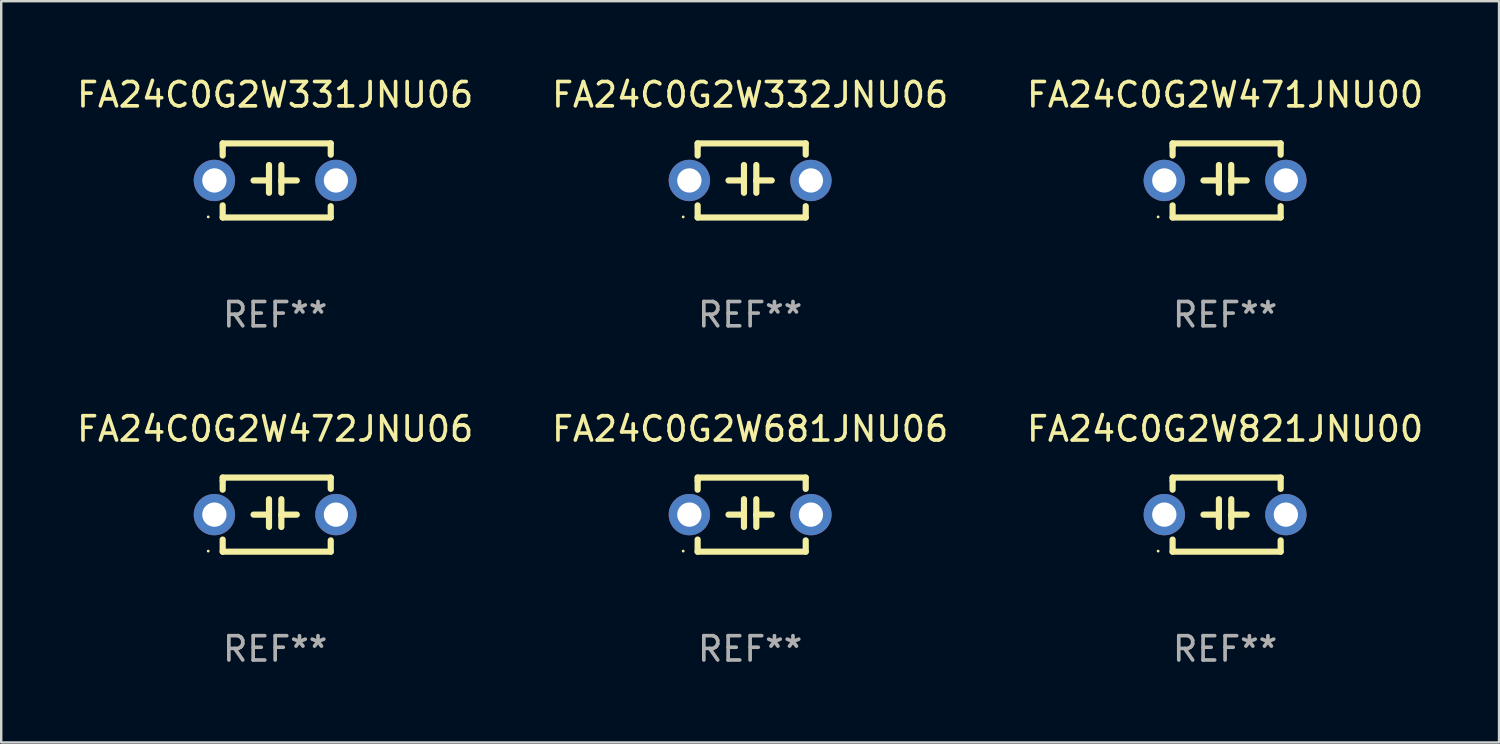
<source format=kicad_pcb>
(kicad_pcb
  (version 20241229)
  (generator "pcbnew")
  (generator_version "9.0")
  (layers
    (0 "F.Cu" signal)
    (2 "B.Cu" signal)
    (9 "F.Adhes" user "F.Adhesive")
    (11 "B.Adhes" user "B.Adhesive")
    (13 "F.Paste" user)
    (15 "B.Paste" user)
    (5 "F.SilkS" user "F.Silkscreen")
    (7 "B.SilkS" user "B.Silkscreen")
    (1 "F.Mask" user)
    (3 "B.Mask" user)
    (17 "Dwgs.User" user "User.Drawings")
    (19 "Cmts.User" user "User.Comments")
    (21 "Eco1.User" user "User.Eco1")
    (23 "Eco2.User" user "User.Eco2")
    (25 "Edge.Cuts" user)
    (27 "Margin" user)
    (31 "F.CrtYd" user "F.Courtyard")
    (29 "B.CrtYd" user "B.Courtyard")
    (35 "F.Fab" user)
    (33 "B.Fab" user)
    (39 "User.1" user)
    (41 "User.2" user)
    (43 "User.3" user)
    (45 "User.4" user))
  (footprint "FA24C0G2W681JNU06"
    (layer "F.Cu")
    (at 27.804 18.117)
    (property "Reference" "FA24C0G2W681JNU06" (at 0 -3.524 0) (layer "F.SilkS") (effects (font (size 1 1) (thickness 0.15))))
    (attr through_hole)
    (fp_line (start -2.159 -1.524) (end 2.286 -1.524) (stroke (width 0.254) (type solid)) (layer "F.SilkS"))
    (fp_line (start -2.159 -1.397) (end -2.159 -1.524) (stroke (width 0.254) (type solid)) (layer "F.SilkS"))
    (fp_line (start -2.159 -1.026) (end -2.159 -1.397) (stroke (width 0.254) (type solid)) (layer "F.SilkS"))
    (fp_line (start -2.159 1.524) (end -2.159 1.026) (stroke (width 0.254) (type solid)) (layer "F.SilkS"))
    (fp_line (start -0.889 0) (end -0.254 0) (stroke (width 0.254) (type solid)) (layer "F.SilkS"))
    (fp_line (start -0.254 0.508) (end -0.254 -0.635) (stroke (width 0.254) (type solid)) (layer "F.SilkS"))
    (fp_line (start 0.254 -0.635) (end 0.254 0.508) (stroke (width 0.254) (type solid)) (layer "F.SilkS"))
    (fp_line (start 0.254 0.04) (end 0.254 0.02) (stroke (width 0.254) (type solid)) (layer "F.SilkS"))
    (fp_line (start 0.889 0) (end 0.254 0) (stroke (width 0.254) (type solid)) (layer "F.SilkS"))
    (fp_line (start 2.286 -1.524) (end 2.286 -1.06) (stroke (width 0.254) (type solid)) (layer "F.SilkS"))
    (fp_line (start 2.286 1.06) (end 2.286 1.524) (stroke (width 0.254) (type solid)) (layer "F.SilkS"))
    (fp_line (start 2.286 1.524) (end -2.159 1.524) (stroke (width 0.254) (type solid)) (layer "F.SilkS"))
    (fp_circle (center -2.754 1.5) (end -2.724 1.5) (stroke (width 0.06) (type solid)) (fill no) (layer "F.SilkS"))
    (fp_text user "REF**" (at 0 5.524 0) (layer "F.Fab") (effects (font (size 1 1) (thickness 0.15))))
    (pad "1" thru_hole circle (at -2.5 0) (size 1.7 1.7) (drill 1) (layers "*.Cu" "*.Mask"))
    (pad "2" thru_hole circle (at 2.5 0) (size 1.7 1.7) (drill 1) (layers "*.Cu" "*.Mask")))
  (footprint "FA24C0G2W332JNU06"
    (layer "F.Cu")
    (at 27.804 4.372)
    (property "Reference" "FA24C0G2W332JNU06" (at 0 -3.524 0) (layer "F.SilkS") (effects (font (size 1 1) (thickness 0.15))))
    (attr through_hole)
    (fp_line (start -2.159 -1.524) (end 2.286 -1.524) (stroke (width 0.254) (type solid)) (layer "F.SilkS"))
    (fp_line (start -2.159 -1.397) (end -2.159 -1.524) (stroke (width 0.254) (type solid)) (layer "F.SilkS"))
    (fp_line (start -2.159 -1.026) (end -2.159 -1.397) (stroke (width 0.254) (type solid)) (layer "F.SilkS"))
    (fp_line (start -2.159 1.524) (end -2.159 1.026) (stroke (width 0.254) (type solid)) (layer "F.SilkS"))
    (fp_line (start -0.889 0) (end -0.254 0) (stroke (width 0.254) (type solid)) (layer "F.SilkS"))
    (fp_line (start -0.254 0.508) (end -0.254 -0.635) (stroke (width 0.254) (type solid)) (layer "F.SilkS"))
    (fp_line (start 0.254 -0.635) (end 0.254 0.508) (stroke (width 0.254) (type solid)) (layer "F.SilkS"))
    (fp_line (start 0.254 0.04) (end 0.254 0.02) (stroke (width 0.254) (type solid)) (layer "F.SilkS"))
    (fp_line (start 0.889 0) (end 0.254 0) (stroke (width 0.254) (type solid)) (layer "F.SilkS"))
    (fp_line (start 2.286 -1.524) (end 2.286 -1.06) (stroke (width 0.254) (type solid)) (layer "F.SilkS"))
    (fp_line (start 2.286 1.06) (end 2.286 1.524) (stroke (width 0.254) (type solid)) (layer "F.SilkS"))
    (fp_line (start 2.286 1.524) (end -2.159 1.524) (stroke (width 0.254) (type solid)) (layer "F.SilkS"))
    (fp_circle (center -2.754 1.5) (end -2.724 1.5) (stroke (width 0.06) (type solid)) (fill no) (layer "F.SilkS"))
    (fp_text user "REF**" (at 0 5.524 0) (layer "F.Fab") (effects (font (size 1 1) (thickness 0.15))))
    (pad "1" thru_hole circle (at -2.5 0) (size 1.7 1.7) (drill 1) (layers "*.Cu" "*.Mask"))
    (pad "2" thru_hole circle (at 2.5 0) (size 1.7 1.7) (drill 1) (layers "*.Cu" "*.Mask")))
  (footprint "FA24C0G2W331JNU06"
    (layer "F.Cu")
    (at 8.268 4.372)
    (property "Reference" "FA24C0G2W331JNU06" (at 0 -3.524 0) (layer "F.SilkS") (effects (font (size 1 1) (thickness 0.15))))
    (attr through_hole)
    (fp_line (start -2.159 -1.524) (end 2.286 -1.524) (stroke (width 0.254) (type solid)) (layer "F.SilkS"))
    (fp_line (start -2.159 -1.397) (end -2.159 -1.524) (stroke (width 0.254) (type solid)) (layer "F.SilkS"))
    (fp_line (start -2.159 -1.026) (end -2.159 -1.397) (stroke (width 0.254) (type solid)) (layer "F.SilkS"))
    (fp_line (start -2.159 1.524) (end -2.159 1.026) (stroke (width 0.254) (type solid)) (layer "F.SilkS"))
    (fp_line (start -0.889 0) (end -0.254 0) (stroke (width 0.254) (type solid)) (layer "F.SilkS"))
    (fp_line (start -0.254 0.508) (end -0.254 -0.635) (stroke (width 0.254) (type solid)) (layer "F.SilkS"))
    (fp_line (start 0.254 -0.635) (end 0.254 0.508) (stroke (width 0.254) (type solid)) (layer "F.SilkS"))
    (fp_line (start 0.254 0.04) (end 0.254 0.02) (stroke (width 0.254) (type solid)) (layer "F.SilkS"))
    (fp_line (start 0.889 0) (end 0.254 0) (stroke (width 0.254) (type solid)) (layer "F.SilkS"))
    (fp_line (start 2.286 -1.524) (end 2.286 -1.06) (stroke (width 0.254) (type solid)) (layer "F.SilkS"))
    (fp_line (start 2.286 1.06) (end 2.286 1.524) (stroke (width 0.254) (type solid)) (layer "F.SilkS"))
    (fp_line (start 2.286 1.524) (end -2.159 1.524) (stroke (width 0.254) (type solid)) (layer "F.SilkS"))
    (fp_circle (center -2.754 1.5) (end -2.724 1.5) (stroke (width 0.06) (type solid)) (fill no) (layer "F.SilkS"))
    (fp_text user "REF**" (at 0 5.524 0) (layer "F.Fab") (effects (font (size 1 1) (thickness 0.15))))
    (pad "1" thru_hole circle (at -2.5 0) (size 1.7 1.7) (drill 1) (layers "*.Cu" "*.Mask"))
    (pad "2" thru_hole circle (at 2.5 0) (size 1.7 1.7) (drill 1) (layers "*.Cu" "*.Mask")))
  (footprint "FA24C0G2W821JNU00"
    (layer "F.Cu")
    (at 47.339 18.117)
    (property "Reference" "FA24C0G2W821JNU00" (at 0 -3.524 0) (layer "F.SilkS") (effects (font (size 1 1) (thickness 0.15))))
    (attr through_hole)
    (fp_line (start -2.159 -1.524) (end 2.286 -1.524) (stroke (width 0.254) (type solid)) (layer "F.SilkS"))
    (fp_line (start -2.159 -1.397) (end -2.159 -1.524) (stroke (width 0.254) (type solid)) (layer "F.SilkS"))
    (fp_line (start -2.159 -1.026) (end -2.159 -1.397) (stroke (width 0.254) (type solid)) (layer "F.SilkS"))
    (fp_line (start -2.159 1.524) (end -2.159 1.026) (stroke (width 0.254) (type solid)) (layer "F.SilkS"))
    (fp_line (start -0.889 0) (end -0.254 0) (stroke (width 0.254) (type solid)) (layer "F.SilkS"))
    (fp_line (start -0.254 0.508) (end -0.254 -0.635) (stroke (width 0.254) (type solid)) (layer "F.SilkS"))
    (fp_line (start 0.254 -0.635) (end 0.254 0.508) (stroke (width 0.254) (type solid)) (layer "F.SilkS"))
    (fp_line (start 0.254 0.04) (end 0.254 0.02) (stroke (width 0.254) (type solid)) (layer "F.SilkS"))
    (fp_line (start 0.889 0) (end 0.254 0) (stroke (width 0.254) (type solid)) (layer "F.SilkS"))
    (fp_line (start 2.286 -1.524) (end 2.286 -1.06) (stroke (width 0.254) (type solid)) (layer "F.SilkS"))
    (fp_line (start 2.286 1.06) (end 2.286 1.524) (stroke (width 0.254) (type solid)) (layer "F.SilkS"))
    (fp_line (start 2.286 1.524) (end -2.159 1.524) (stroke (width 0.254) (type solid)) (layer "F.SilkS"))
    (fp_circle (center -2.754 1.5) (end -2.724 1.5) (stroke (width 0.06) (type solid)) (fill no) (layer "F.SilkS"))
    (fp_text user "REF**" (at 0 5.524 0) (layer "F.Fab") (effects (font (size 1 1) (thickness 0.15))))
    (pad "1" thru_hole circle (at -2.5 0) (size 1.7 1.7) (drill 1) (layers "*.Cu" "*.Mask"))
    (pad "2" thru_hole circle (at 2.5 0) (size 1.7 1.7) (drill 1) (layers "*.Cu" "*.Mask")))
  (footprint "FA24C0G2W472JNU06"
    (layer "F.Cu")
    (at 8.268 18.117)
    (property "Reference" "FA24C0G2W472JNU06" (at 0 -3.524 0) (layer "F.SilkS") (effects (font (size 1 1) (thickness 0.15))))
    (attr through_hole)
    (fp_line (start -2.159 -1.524) (end 2.286 -1.524) (stroke (width 0.254) (type solid)) (layer "F.SilkS"))
    (fp_line (start -2.159 -1.397) (end -2.159 -1.524) (stroke (width 0.254) (type solid)) (layer "F.SilkS"))
    (fp_line (start -2.159 -1.026) (end -2.159 -1.397) (stroke (width 0.254) (type solid)) (layer "F.SilkS"))
    (fp_line (start -2.159 1.524) (end -2.159 1.026) (stroke (width 0.254) (type solid)) (layer "F.SilkS"))
    (fp_line (start -0.889 0) (end -0.254 0) (stroke (width 0.254) (type solid)) (layer "F.SilkS"))
    (fp_line (start -0.254 0.508) (end -0.254 -0.635) (stroke (width 0.254) (type solid)) (layer "F.SilkS"))
    (fp_line (start 0.254 -0.635) (end 0.254 0.508) (stroke (width 0.254) (type solid)) (layer "F.SilkS"))
    (fp_line (start 0.254 0.04) (end 0.254 0.02) (stroke (width 0.254) (type solid)) (layer "F.SilkS"))
    (fp_line (start 0.889 0) (end 0.254 0) (stroke (width 0.254) (type solid)) (layer "F.SilkS"))
    (fp_line (start 2.286 -1.524) (end 2.286 -1.06) (stroke (width 0.254) (type solid)) (layer "F.SilkS"))
    (fp_line (start 2.286 1.06) (end 2.286 1.524) (stroke (width 0.254) (type solid)) (layer "F.SilkS"))
    (fp_line (start 2.286 1.524) (end -2.159 1.524) (stroke (width 0.254) (type solid)) (layer "F.SilkS"))
    (fp_circle (center -2.754 1.5) (end -2.724 1.5) (stroke (width 0.06) (type solid)) (fill no) (layer "F.SilkS"))
    (fp_text user "REF**" (at 0 5.524 0) (layer "F.Fab") (effects (font (size 1 1) (thickness 0.15))))
    (pad "1" thru_hole circle (at -2.5 0) (size 1.7 1.7) (drill 1) (layers "*.Cu" "*.Mask"))
    (pad "2" thru_hole circle (at 2.5 0) (size 1.7 1.7) (drill 1) (layers "*.Cu" "*.Mask")))
  (footprint "FA24C0G2W471JNU00"
    (layer "F.Cu")
    (at 47.339 4.372)
    (property "Reference" "FA24C0G2W471JNU00" (at 0 -3.524 0) (layer "F.SilkS") (effects (font (size 1 1) (thickness 0.15))))
    (attr through_hole)
    (fp_line (start -2.159 -1.524) (end 2.286 -1.524) (stroke (width 0.254) (type solid)) (layer "F.SilkS"))
    (fp_line (start -2.159 -1.397) (end -2.159 -1.524) (stroke (width 0.254) (type solid)) (layer "F.SilkS"))
    (fp_line (start -2.159 -1.026) (end -2.159 -1.397) (stroke (width 0.254) (type solid)) (layer "F.SilkS"))
    (fp_line (start -2.159 1.524) (end -2.159 1.026) (stroke (width 0.254) (type solid)) (layer "F.SilkS"))
    (fp_line (start -0.889 0) (end -0.254 0) (stroke (width 0.254) (type solid)) (layer "F.SilkS"))
    (fp_line (start -0.254 0.508) (end -0.254 -0.635) (stroke (width 0.254) (type solid)) (layer "F.SilkS"))
    (fp_line (start 0.254 -0.635) (end 0.254 0.508) (stroke (width 0.254) (type solid)) (layer "F.SilkS"))
    (fp_line (start 0.254 0.04) (end 0.254 0.02) (stroke (width 0.254) (type solid)) (layer "F.SilkS"))
    (fp_line (start 0.889 0) (end 0.254 0) (stroke (width 0.254) (type solid)) (layer "F.SilkS"))
    (fp_line (start 2.286 -1.524) (end 2.286 -1.06) (stroke (width 0.254) (type solid)) (layer "F.SilkS"))
    (fp_line (start 2.286 1.06) (end 2.286 1.524) (stroke (width 0.254) (type solid)) (layer "F.SilkS"))
    (fp_line (start 2.286 1.524) (end -2.159 1.524) (stroke (width 0.254) (type solid)) (layer "F.SilkS"))
    (fp_circle (center -2.754 1.5) (end -2.724 1.5) (stroke (width 0.06) (type solid)) (fill no) (layer "F.SilkS"))
    (fp_text user "REF**" (at 0 5.524 0) (layer "F.Fab") (effects (font (size 1 1) (thickness 0.15))))
    (pad "1" thru_hole circle (at -2.5 0) (size 1.7 1.7) (drill 1) (layers "*.Cu" "*.Mask"))
    (pad "2" thru_hole circle (at 2.5 0) (size 1.7 1.7) (drill 1) (layers "*.Cu" "*.Mask")))
  (gr_rect
    (start -3 -3)
    (end 58.607 27.489)
    (stroke (width 0.1) (type default))
    (fill no)
    (layer "Edge.Cuts")))
</source>
